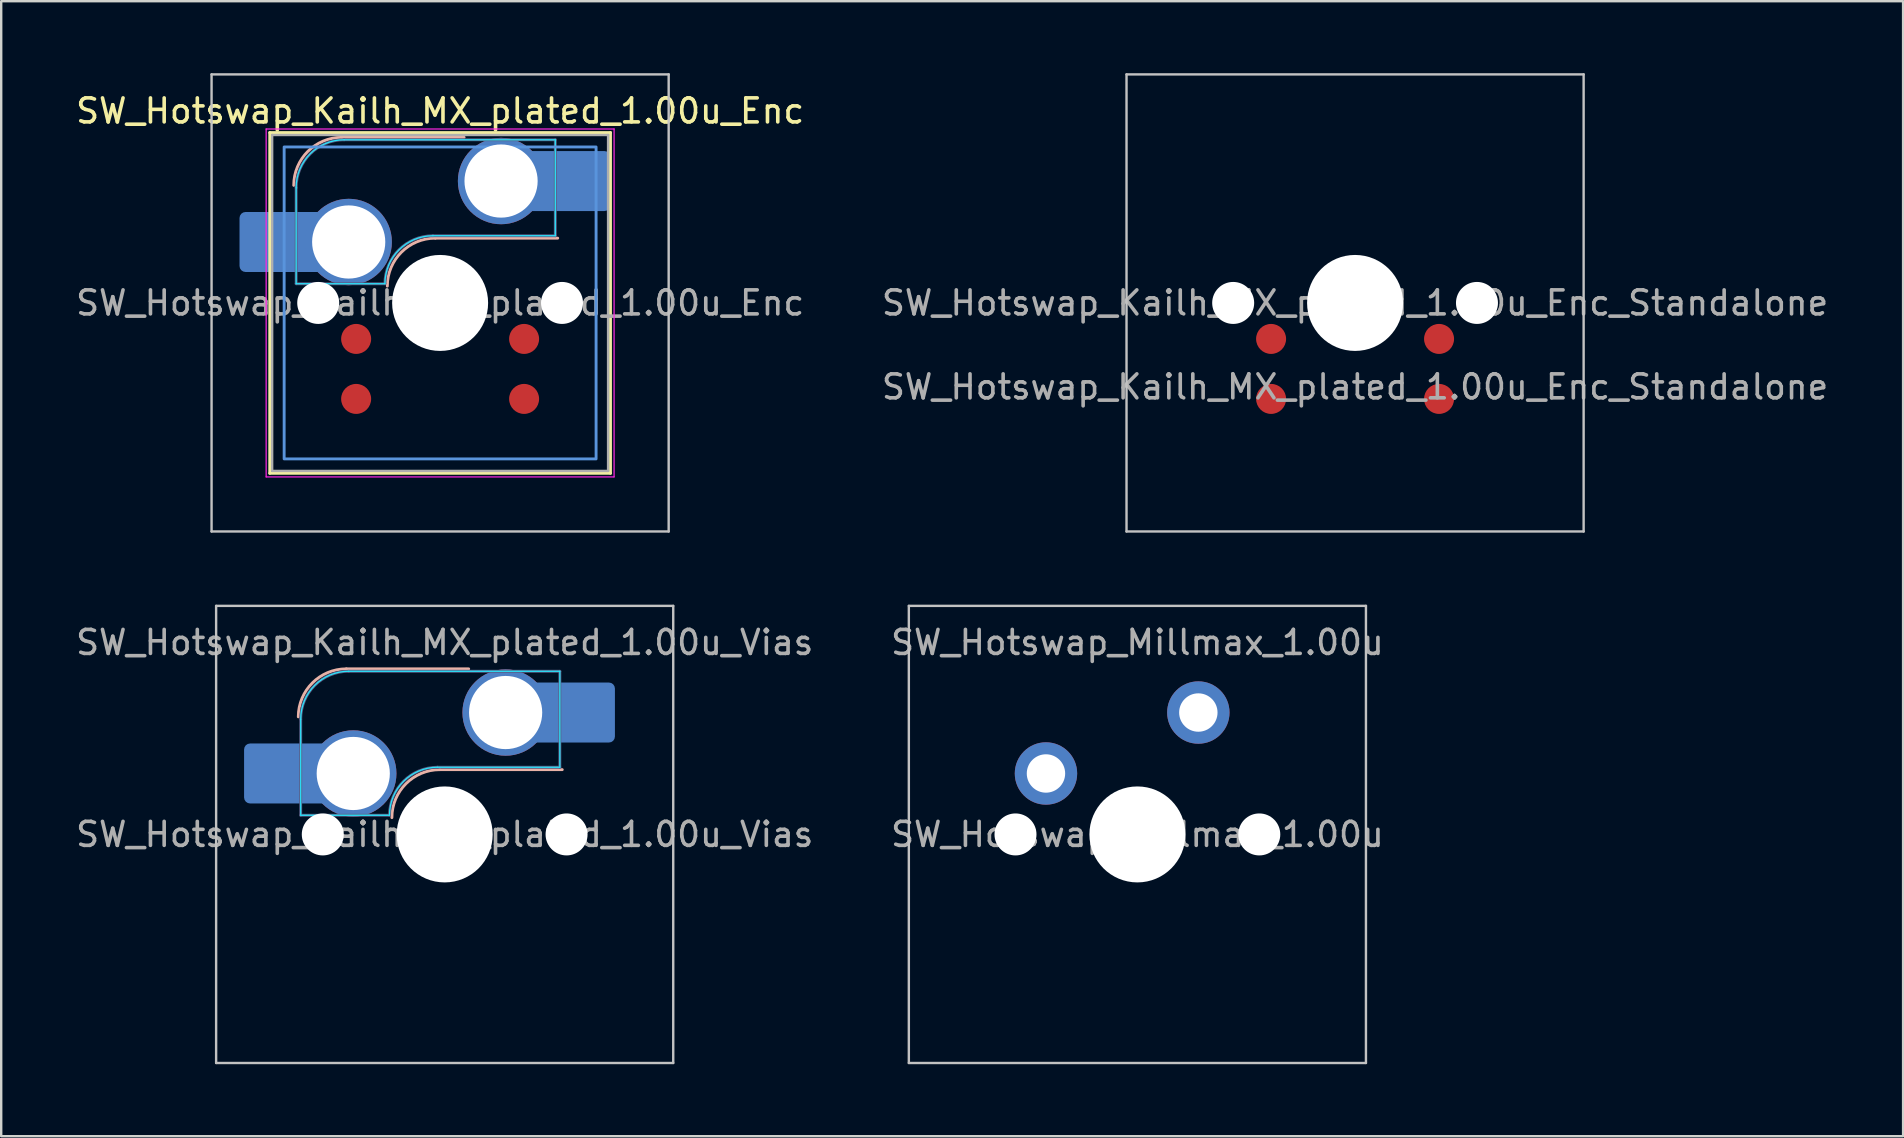
<source format=kicad_pcb>
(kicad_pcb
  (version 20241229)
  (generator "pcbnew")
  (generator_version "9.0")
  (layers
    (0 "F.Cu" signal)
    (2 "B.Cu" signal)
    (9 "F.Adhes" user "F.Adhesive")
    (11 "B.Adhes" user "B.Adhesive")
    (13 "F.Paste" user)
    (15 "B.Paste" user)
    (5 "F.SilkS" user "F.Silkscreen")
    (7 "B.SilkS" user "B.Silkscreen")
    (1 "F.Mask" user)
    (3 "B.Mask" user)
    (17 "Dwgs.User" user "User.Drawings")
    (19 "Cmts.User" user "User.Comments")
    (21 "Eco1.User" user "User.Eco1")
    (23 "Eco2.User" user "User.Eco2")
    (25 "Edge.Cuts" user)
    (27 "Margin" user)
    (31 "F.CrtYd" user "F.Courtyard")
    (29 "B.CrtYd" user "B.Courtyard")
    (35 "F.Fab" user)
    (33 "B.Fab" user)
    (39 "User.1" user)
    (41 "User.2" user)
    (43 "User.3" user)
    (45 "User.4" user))
  (footprint "SW_Hotswap_Kailh_MX_plated_1.00u_Enc"
    (layer "F.Cu")
    (at 15.292 9.575)
    (property "Reference" "SW_Hotswap_Kailh_MX_plated_1.00u_Enc" (at 0 -8 0) (layer "F.SilkS") (effects (font (size 1 1) (thickness 0.15))))
    (attr smd)
    (fp_line (start -7.1 -7.1) (end -7.1 7.1) (stroke (width 0.12) (type solid)) (layer "F.SilkS"))
    (fp_line (start -7.1 7.1) (end 7.1 7.1) (stroke (width 0.12) (type solid)) (layer "F.SilkS"))
    (fp_line (start 7.1 -7.1) (end -7.1 -7.1) (stroke (width 0.12) (type solid)) (layer "F.SilkS"))
    (fp_line (start 7.1 7.1) (end 7.1 -7.1) (stroke (width 0.12) (type solid)) (layer "F.SilkS"))
    (fp_line (start -4.1 -6.9) (end 1 -6.9) (stroke (width 0.12) (type solid)) (layer "B.SilkS"))
    (fp_line (start -0.2 -2.7) (end 4.9 -2.7) (stroke (width 0.12) (type solid)) (layer "B.SilkS"))
    (fp_arc (start -6.1 -4.9) (mid -5.514214 -6.314214) (end -4.1 -6.9) (stroke (width 0.12) (type solid)) (layer "B.SilkS"))
    (fp_arc (start -2.2 -0.7) (mid -1.614214 -2.114214) (end -0.2 -2.7) (stroke (width 0.12) (type solid)) (layer "B.SilkS"))
    (fp_line (start -9.525 -9.525) (end -9.525 9.525) (stroke (width 0.1) (type solid)) (layer "Dwgs.User"))
    (fp_line (start -9.525 9.525) (end 9.525 9.525) (stroke (width 0.1) (type solid)) (layer "Dwgs.User"))
    (fp_line (start 9.525 -9.525) (end -9.525 -9.525) (stroke (width 0.1) (type solid)) (layer "Dwgs.User"))
    (fp_line (start 9.525 9.525) (end 9.525 -9.525) (stroke (width 0.1) (type solid)) (layer "Dwgs.User"))
    (fp_rect (start -6.5 -6.5) (end 6.5 6.5) (stroke (width 0.12) (type solid)) (fill no) (layer "Cmts.User"))
    (fp_line (start -7.8 -6) (end -7 -6) (stroke (width 0.1) (type solid)) (layer "Eco1.User"))
    (fp_line (start -7.8 -2.9) (end -7.8 -6) (stroke (width 0.1) (type solid)) (layer "Eco1.User"))
    (fp_line (start -7.8 2.9) (end -7 2.9) (stroke (width 0.1) (type solid)) (layer "Eco1.User"))
    (fp_line (start -7.8 6) (end -7.8 2.9) (stroke (width 0.1) (type solid)) (layer "Eco1.User"))
    (fp_line (start -7 -7) (end 7 -7) (stroke (width 0.1) (type solid)) (layer "Eco1.User"))
    (fp_line (start -7 -6) (end -7 -7) (stroke (width 0.1) (type solid)) (layer "Eco1.User"))
    (fp_line (start -7 -2.9) (end -7.8 -2.9) (stroke (width 0.1) (type solid)) (layer "Eco1.User"))
    (fp_line (start -7 2.9) (end -7 -2.9) (stroke (width 0.1) (type solid)) (layer "Eco1.User"))
    (fp_line (start -7 6) (end -7.8 6) (stroke (width 0.1) (type solid)) (layer "Eco1.User"))
    (fp_line (start -7 7) (end -7 6) (stroke (width 0.1) (type solid)) (layer "Eco1.User"))
    (fp_line (start 7 -7) (end 7 -6) (stroke (width 0.1) (type solid)) (layer "Eco1.User"))
    (fp_line (start 7 -6) (end 7.8 -6) (stroke (width 0.1) (type solid)) (layer "Eco1.User"))
    (fp_line (start 7 -2.9) (end 7 2.9) (stroke (width 0.1) (type solid)) (layer "Eco1.User"))
    (fp_line (start 7 2.9) (end 7.8 2.9) (stroke (width 0.1) (type solid)) (layer "Eco1.User"))
    (fp_line (start 7 6) (end 7 7) (stroke (width 0.1) (type solid)) (layer "Eco1.User"))
    (fp_line (start 7 7) (end -7 7) (stroke (width 0.1) (type solid)) (layer "Eco1.User"))
    (fp_line (start 7.8 -6) (end 7.8 -2.9) (stroke (width 0.1) (type solid)) (layer "Eco1.User"))
    (fp_line (start 7.8 -2.9) (end 7 -2.9) (stroke (width 0.1) (type solid)) (layer "Eco1.User"))
    (fp_line (start 7.8 2.9) (end 7.8 6) (stroke (width 0.1) (type solid)) (layer "Eco1.User"))
    (fp_line (start 7.8 6) (end 7 6) (stroke (width 0.1) (type solid)) (layer "Eco1.User"))
    (fp_line (start -6 -0.8) (end -6 -4.8) (stroke (width 0.05) (type solid)) (layer "B.CrtYd"))
    (fp_line (start -6 -0.8) (end -2.3 -0.8) (stroke (width 0.05) (type solid)) (layer "B.CrtYd"))
    (fp_line (start -4 -6.8) (end 4.8 -6.8) (stroke (width 0.05) (type solid)) (layer "B.CrtYd"))
    (fp_line (start -0.3 -2.8) (end 4.8 -2.8) (stroke (width 0.05) (type solid)) (layer "B.CrtYd"))
    (fp_line (start 4.8 -6.8) (end 4.8 -2.8) (stroke (width 0.05) (type solid)) (layer "B.CrtYd"))
    (fp_arc (start -6 -4.8) (mid -5.414214 -6.214214) (end -4 -6.8) (stroke (width 0.05) (type solid)) (layer "B.CrtYd"))
    (fp_arc (start -2.3 -0.8) (mid -1.714214 -2.214214) (end -0.3 -2.8) (stroke (width 0.05) (type solid)) (layer "B.CrtYd"))
    (fp_line (start -7.25 -7.25) (end -7.25 7.25) (stroke (width 0.05) (type solid)) (layer "F.CrtYd"))
    (fp_line (start -7.25 7.25) (end 7.25 7.25) (stroke (width 0.05) (type solid)) (layer "F.CrtYd"))
    (fp_line (start 7.25 -7.25) (end -7.25 -7.25) (stroke (width 0.05) (type solid)) (layer "F.CrtYd"))
    (fp_line (start 7.25 7.25) (end 7.25 -7.25) (stroke (width 0.05) (type solid)) (layer "F.CrtYd"))
    (fp_line (start -6 -0.8) (end -6 -4.8) (stroke (width 0.12) (type solid)) (layer "B.Fab"))
    (fp_line (start -6 -0.8) (end -2.3 -0.8) (stroke (width 0.12) (type solid)) (layer "B.Fab"))
    (fp_line (start -4 -6.8) (end 4.8 -6.8) (stroke (width 0.12) (type solid)) (layer "B.Fab"))
    (fp_line (start -0.3 -2.8) (end 4.8 -2.8) (stroke (width 0.12) (type solid)) (layer "B.Fab"))
    (fp_line (start 4.8 -6.8) (end 4.8 -2.8) (stroke (width 0.12) (type solid)) (layer "B.Fab"))
    (fp_arc (start -6 -4.8) (mid -5.414214 -6.214214) (end -4 -6.8) (stroke (width 0.12) (type solid)) (layer "B.Fab"))
    (fp_arc (start -2.3 -0.8) (mid -1.714214 -2.214214) (end -0.3 -2.8) (stroke (width 0.12) (type solid)) (layer "B.Fab"))
    (fp_line (start -7 -7) (end -7 7) (stroke (width 0.1) (type solid)) (layer "F.Fab"))
    (fp_line (start -7 7) (end 7 7) (stroke (width 0.1) (type solid)) (layer "F.Fab"))
    (fp_line (start 7 -7) (end -7 -7) (stroke (width 0.1) (type solid)) (layer "F.Fab"))
    (fp_line (start 7 7) (end 7 -7) (stroke (width 0.1) (type solid)) (layer "F.Fab"))
    (fp_text user "${REFERENCE}" (at 0 0 0) (layer "F.Fab") (effects (font (size 1 1) (thickness 0.15))))
    (pad "" smd roundrect (at -7.085 -2.54) (size 2.55 2.5) (layers "B.Mask" "B.Paste") (roundrect_rratio 0.1))
    (pad "" np_thru_hole circle (at -5.08 0) (size 1.75 1.75) (drill 1.75) (layers "*.Cu" "*.Mask"))
    (pad "" smd circle (at -3.81 -2.54) (size 3.1 3.1) (layers "F.Mask"))
    (pad "" np_thru_hole circle (at 0 0) (size 4 4) (drill 4) (layers "*.Cu" "*.Mask"))
    (pad "" smd circle (at 2.54 -5.08) (size 3.1 3.1) (layers "F.Mask"))
    (pad "" np_thru_hole circle (at 5.08 0) (size 1.75 1.75) (drill 1.75) (layers "*.Cu" "*.Mask"))
    (pad "" smd roundrect (at 5.842 -5.08) (size 2.55 2.5) (layers "B.Mask" "B.Paste") (roundrect_rratio 0.1))
    (pad "1" smd roundrect (at -6.585 -2.54) (size 3.55 2.5) (layers "B.Cu") (roundrect_rratio 0.1))
    (pad "1" thru_hole circle (at -3.81 -2.54) (size 3.6 3.6) (drill 3.05) (layers "*.Cu" "B.Mask"))
    (pad "1" smd circle (at -3.5 4) (size 1.25 1.25) (layers "F.Cu" "F.Mask" "F.Paste"))
    (pad "2" smd circle (at -3.5 1.5) (size 1.25 1.25) (layers "F.Cu" "F.Mask" "F.Paste"))
    (pad "2" thru_hole circle (at 2.54 -5.08) (size 3.6 3.6) (drill 3.05) (layers "*.Cu" "B.Mask"))
    (pad "2" smd roundrect (at 5.32 -5.08) (size 3.55 2.5) (layers "B.Cu") (roundrect_rratio 0.1))
    (pad "A" smd circle (at 3.5 4) (size 1.25 1.25) (layers "F.Cu" "F.Mask" "F.Paste"))
    (pad "B" smd circle (at 3.5 1.5) (size 1.25 1.25) (layers "F.Cu" "F.Mask" "F.Paste")))
  (footprint "SW_Hotswap_Kailh_MX_plated_1.00u_Vias"
    (layer "F.Cu")
    (at 15.482 31.725)
    (property "Reference" "SW_Hotswap_Kailh_MX_plated_1.00u_Vias" (at 0 -8 0) (layer "F.Fab") (effects (font (size 1 1) (thickness 0.15))))
    (attr smd)
    (fp_line (start -4.1 -6.9) (end 1 -6.9) (stroke (width 0.12) (type solid)) (layer "B.SilkS"))
    (fp_line (start -0.2 -2.7) (end 4.9 -2.7) (stroke (width 0.12) (type solid)) (layer "B.SilkS"))
    (fp_arc (start -6.1 -4.9) (mid -5.514214 -6.314214) (end -4.1 -6.9) (stroke (width 0.12) (type solid)) (layer "B.SilkS"))
    (fp_arc (start -2.2 -0.7) (mid -1.614214 -2.114214) (end -0.2 -2.7) (stroke (width 0.12) (type solid)) (layer "B.SilkS"))
    (fp_line (start -9.525 -9.525) (end -9.525 9.525) (stroke (width 0.1) (type solid)) (layer "Dwgs.User"))
    (fp_line (start -9.525 9.525) (end 9.525 9.525) (stroke (width 0.1) (type solid)) (layer "Dwgs.User"))
    (fp_line (start 9.525 -9.525) (end -9.525 -9.525) (stroke (width 0.1) (type solid)) (layer "Dwgs.User"))
    (fp_line (start 9.525 9.525) (end 9.525 -9.525) (stroke (width 0.1) (type solid)) (layer "Dwgs.User"))
    (fp_line (start -7 -7) (end -6 -7) (stroke (width 0.1) (type solid)) (layer "Eco1.User"))
    (fp_line (start -7 -6) (end -7 -7) (stroke (width 0.1) (type solid)) (layer "Eco1.User"))
    (fp_line (start -7 7) (end -7 6) (stroke (width 0.1) (type solid)) (layer "Eco1.User"))
    (fp_line (start -6 7) (end -7 7) (stroke (width 0.1) (type solid)) (layer "Eco1.User"))
    (fp_line (start 7 -7) (end 6 -7) (stroke (width 0.1) (type solid)) (layer "Eco1.User"))
    (fp_line (start 7 -7) (end 7 -6) (stroke (width 0.1) (type solid)) (layer "Eco1.User"))
    (fp_line (start 7 6) (end 7 7) (stroke (width 0.1) (type solid)) (layer "Eco1.User"))
    (fp_line (start 7 7) (end 6 7) (stroke (width 0.1) (type solid)) (layer "Eco1.User"))
    (fp_line (start -6 -0.8) (end -6 -4.8) (stroke (width 0.05) (type solid)) (layer "B.CrtYd"))
    (fp_line (start -6 -0.8) (end -2.3 -0.8) (stroke (width 0.05) (type solid)) (layer "B.CrtYd"))
    (fp_line (start -4 -6.8) (end 4.8 -6.8) (stroke (width 0.05) (type solid)) (layer "B.CrtYd"))
    (fp_line (start -0.3 -2.8) (end 4.8 -2.8) (stroke (width 0.05) (type solid)) (layer "B.CrtYd"))
    (fp_line (start 4.8 -6.8) (end 4.8 -2.8) (stroke (width 0.05) (type solid)) (layer "B.CrtYd"))
    (fp_arc (start -6 -4.8) (mid -5.414214 -6.214214) (end -4 -6.8) (stroke (width 0.05) (type solid)) (layer "B.CrtYd"))
    (fp_arc (start -2.3 -0.8) (mid -1.714214 -2.214214) (end -0.3 -2.8) (stroke (width 0.05) (type solid)) (layer "B.CrtYd"))
    (fp_line (start -6 -0.8) (end -6 -4.8) (stroke (width 0.12) (type solid)) (layer "B.Fab"))
    (fp_line (start -6 -0.8) (end -2.3 -0.8) (stroke (width 0.12) (type solid)) (layer "B.Fab"))
    (fp_line (start -4 -6.8) (end 4.8 -6.8) (stroke (width 0.12) (type solid)) (layer "B.Fab"))
    (fp_line (start -0.3 -2.8) (end 4.8 -2.8) (stroke (width 0.12) (type solid)) (layer "B.Fab"))
    (fp_line (start 4.8 -6.8) (end 4.8 -2.8) (stroke (width 0.12) (type solid)) (layer "B.Fab"))
    (fp_arc (start -6 -4.8) (mid -5.414214 -6.214214) (end -4 -6.8) (stroke (width 0.12) (type solid)) (layer "B.Fab"))
    (fp_arc (start -2.3 -0.8) (mid -1.714214 -2.214214) (end -0.3 -2.8) (stroke (width 0.12) (type solid)) (layer "B.Fab"))
    (fp_text user "${REFERENCE}" (at 0 0 0) (layer "F.Fab") (effects (font (size 1 1) (thickness 0.15))))
    (pad "" smd roundrect (at -7.085 -2.54) (size 2.55 2.5) (layers "B.Mask" "B.Paste") (roundrect_rratio 0.1))
    (pad "" np_thru_hole circle (at -5.08 0) (size 1.75 1.75) (drill 1.75) (layers "*.Cu" "*.Mask"))
    (pad "" smd circle (at -3.81 -2.54) (size 3.1 3.1) (layers "F.Mask"))
    (pad "" np_thru_hole circle (at 0 0) (size 4 4) (drill 4) (layers "*.Cu" "*.Mask"))
    (pad "" smd circle (at 2.54 -5.08) (size 3.1 3.1) (layers "F.Mask"))
    (pad "" np_thru_hole circle (at 5.08 0) (size 1.75 1.75) (drill 1.75) (layers "*.Cu" "*.Mask"))
    (pad "" smd roundrect (at 5.842 -5.08) (size 2.55 2.5) (layers "B.Mask" "B.Paste") (roundrect_rratio 0.1))
    (pad "1" smd roundrect (at -6.585 -2.54) (size 3.55 2.5) (layers "B.Cu") (roundrect_rratio 0.1))
    (pad "1" thru_hole circle (at -3.81 -2.54) (size 3.6 3.6) (drill 3.05) (layers "*.Cu" "*.Mask"))
    (pad "2" thru_hole circle (at 2.54 -5.08) (size 3.6 3.6) (drill 3.05) (layers "*.Cu" "*.Mask"))
    (pad "2" smd roundrect (at 5.32 -5.08) (size 3.55 2.5) (layers "B.Cu") (roundrect_rratio 0.1)))
  (footprint "SW_Hotswap_Millmax_1.00u"
    (layer "F.Cu")
    (at 44.351 31.725)
    (property "Reference" "SW_Hotswap_Millmax_1.00u" (at 0 -8 0) (layer "F.Fab") (effects (font (size 1 1) (thickness 0.15))))
    (attr smd)
    (fp_line (start -9.525 -9.525) (end -9.525 9.525) (stroke (width 0.1) (type solid)) (layer "Dwgs.User"))
    (fp_line (start -9.525 9.525) (end 9.525 9.525) (stroke (width 0.1) (type solid)) (layer "Dwgs.User"))
    (fp_line (start 9.525 -9.525) (end -9.525 -9.525) (stroke (width 0.1) (type solid)) (layer "Dwgs.User"))
    (fp_line (start 9.525 9.525) (end 9.525 -9.525) (stroke (width 0.1) (type solid)) (layer "Dwgs.User"))
    (fp_line (start -7 -7) (end -6 -7) (stroke (width 0.1) (type solid)) (layer "Eco1.User"))
    (fp_line (start -7 -6) (end -7 -7) (stroke (width 0.1) (type solid)) (layer "Eco1.User"))
    (fp_line (start -7 7) (end -7 6) (stroke (width 0.1) (type solid)) (layer "Eco1.User"))
    (fp_line (start -6 7) (end -7 7) (stroke (width 0.1) (type solid)) (layer "Eco1.User"))
    (fp_line (start 7 -7) (end 6 -7) (stroke (width 0.1) (type solid)) (layer "Eco1.User"))
    (fp_line (start 7 -7) (end 7 -6) (stroke (width 0.1) (type solid)) (layer "Eco1.User"))
    (fp_line (start 7 6) (end 7 7) (stroke (width 0.1) (type solid)) (layer "Eco1.User"))
    (fp_line (start 7 7) (end 6 7) (stroke (width 0.1) (type solid)) (layer "Eco1.User"))
    (fp_text user "${REFERENCE}" (at 0 0 0) (layer "F.Fab") (effects (font (size 1 1) (thickness 0.15))))
    (pad "" np_thru_hole circle (at -5.08 0) (size 1.75 1.75) (drill 1.75) (layers "*.Cu" "*.Mask"))
    (pad "" np_thru_hole circle (at 0 0) (size 4 4) (drill 4) (layers "*.Cu" "*.Mask"))
    (pad "" np_thru_hole circle (at 5.08 0) (size 1.75 1.75) (drill 1.75) (layers "*.Cu" "*.Mask"))
    (pad "1" thru_hole circle (at -3.81 -2.54) (size 2.6 2.6) (drill 1.6) (layers "*.Cu" "B.Mask"))
    (pad "2" thru_hole circle (at 2.54 -5.08) (size 2.6 2.6) (drill 1.6) (layers "*.Cu" "B.Mask")))
  (footprint "SW_Hotswap_Kailh_MX_plated_1.00u_Enc_Standalone"
    (layer "F.Cu")
    (at 53.423 9.575)
    (property "Reference" "SW_Hotswap_Kailh_MX_plated_1.00u_Enc_Standalone" (at 0 3.5 0) (layer "F.Fab") (effects (font (size 1 1) (thickness 0.15))))
    (attr smd)
    (fp_line (start -9.525 -9.525) (end -9.525 9.525) (stroke (width 0.1) (type solid)) (layer "Dwgs.User"))
    (fp_line (start -9.525 9.525) (end 9.525 9.525) (stroke (width 0.1) (type solid)) (layer "Dwgs.User"))
    (fp_line (start 9.525 -9.525) (end -9.525 -9.525) (stroke (width 0.1) (type solid)) (layer "Dwgs.User"))
    (fp_line (start 9.525 9.525) (end 9.525 -9.525) (stroke (width 0.1) (type solid)) (layer "Dwgs.User"))
    (fp_text user "${REFERENCE}" (at 0 0 0) (layer "F.Fab") (effects (font (size 1 1) (thickness 0.15))))
    (pad "" np_thru_hole circle (at -5.08 0) (size 1.75 1.75) (drill 1.75) (layers "*.Cu" "*.Mask"))
    (pad "" np_thru_hole circle (at 0 0) (size 4 4) (drill 4) (layers "*.Cu" "*.Mask"))
    (pad "" np_thru_hole circle (at 5.08 0) (size 1.75 1.75) (drill 1.75) (layers "*.Cu" "*.Mask"))
    (pad "1" smd circle (at -3.5 4) (size 1.25 1.25) (layers "F.Cu" "F.Mask" "F.Paste"))
    (pad "2" smd circle (at -3.5 1.5) (size 1.25 1.25) (layers "F.Cu" "F.Mask" "F.Paste"))
    (pad "A" smd circle (at 3.5 4) (size 1.25 1.25) (layers "F.Cu" "F.Mask" "F.Paste"))
    (pad "B" smd circle (at 3.5 1.5) (size 1.25 1.25) (layers "F.Cu" "F.Mask" "F.Paste")))
  (gr_rect
    (start -3 -3)
    (end 76.262 44.3)
    (stroke (width 0.1) (type default))
    (fill no)
    (layer "Edge.Cuts")))
</source>
